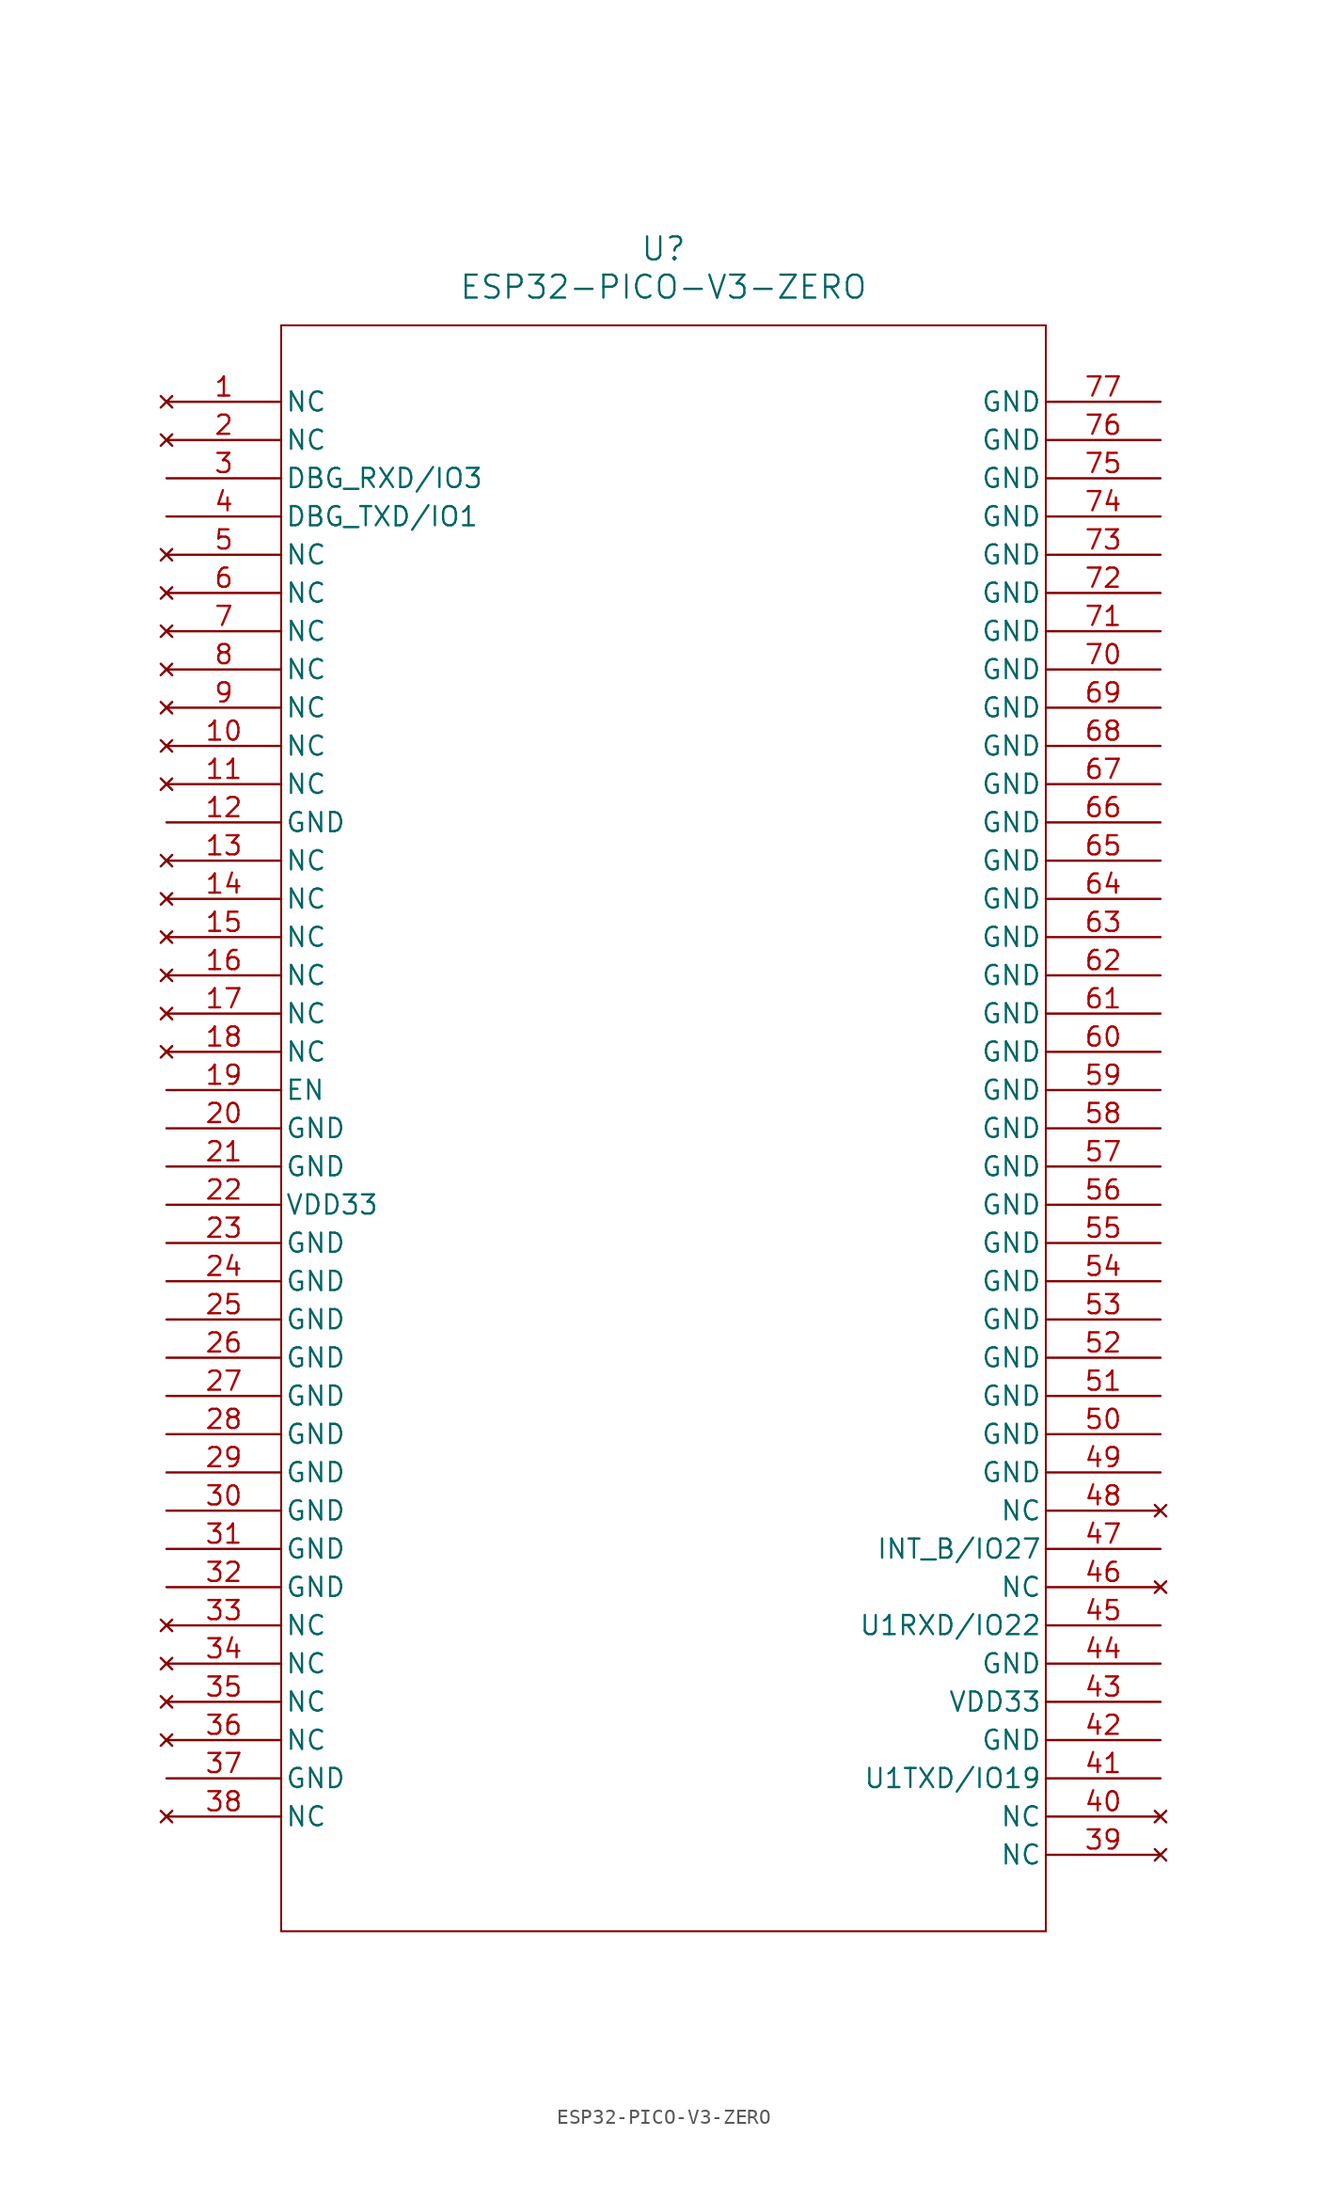
<source format=kicad_sym>
(kicad_symbol_lib
  (version 20211014)
  (generator kicad_symbol_editor)
  (symbol "ESP32-PICO-V3-ZERO"
    (pin_names
      (offset 0.254))
    (property "Reference" "U"
      (at 33.02 10.16 0)
      (effects (font (size 1.524 1.524))))
    (property "Value" "ESP32-PICO-V3-ZERO"
      (at 33.02 7.62 0)
      (effects (font (size 1.524 1.524))))
    (symbol "ESP32-PICO-V3-ZERO_0_1"
      (polyline (pts (xy 7.62 5.08) (xy 7.62 -101.6)) (stroke (width 0.127) (type default) (color 0 0 0 0)) (fill (type none)))
      (polyline (pts (xy 7.62 -101.6) (xy 58.42 -101.6)) (stroke (width 0.127) (type default) (color 0 0 0 0)) (fill (type none)))
      (polyline (pts (xy 58.42 -101.6) (xy 58.42 5.08)) (stroke (width 0.127) (type default) (color 0 0 0 0)) (fill (type none)))
      (polyline (pts (xy 58.42 5.08) (xy 7.62 5.08)) (stroke (width 0.127) (type default) (color 0 0 0 0)) (fill (type none)))
      (pin no_connect line (at 0 0 0) (length 7.62) (name "NC" (effects (font (size 1.27 1.27)))) (number "1" (effects (font (size 1.27 1.27)))))
      (pin no_connect line (at 0 -2.54 0) (length 7.62) (name "NC" (effects (font (size 1.27 1.27)))) (number "2" (effects (font (size 1.27 1.27)))))
      (pin input line (at 0 -5.08 0) (length 7.62) (name "DBG_RXD/IO3" (effects (font (size 1.27 1.27)))) (number "3" (effects (font (size 1.27 1.27)))))
      (pin output line (at 0 -7.62 0) (length 7.62) (name "DBG_TXD/IO1" (effects (font (size 1.27 1.27)))) (number "4" (effects (font (size 1.27 1.27)))))
      (pin no_connect line (at 0 -10.16 0) (length 7.62) (name "NC" (effects (font (size 1.27 1.27)))) (number "5" (effects (font (size 1.27 1.27)))))
      (pin no_connect line (at 0 -12.7 0) (length 7.62) (name "NC" (effects (font (size 1.27 1.27)))) (number "6" (effects (font (size 1.27 1.27)))))
      (pin no_connect line (at 0 -15.24 0) (length 7.62) (name "NC" (effects (font (size 1.27 1.27)))) (number "7" (effects (font (size 1.27 1.27)))))
      (pin no_connect line (at 0 -17.78 0) (length 7.62) (name "NC" (effects (font (size 1.27 1.27)))) (number "8" (effects (font (size 1.27 1.27)))))
      (pin no_connect line (at 0 -20.32 0) (length 7.62) (name "NC" (effects (font (size 1.27 1.27)))) (number "9" (effects (font (size 1.27 1.27)))))
      (pin no_connect line (at 0 -22.86 0) (length 7.62) (name "NC" (effects (font (size 1.27 1.27)))) (number "10" (effects (font (size 1.27 1.27)))))
      (pin no_connect line (at 0 -25.4 0) (length 7.62) (name "NC" (effects (font (size 1.27 1.27)))) (number "11" (effects (font (size 1.27 1.27)))))
      (pin power_out line (at 0 -27.94 0) (length 7.62) (name "GND" (effects (font (size 1.27 1.27)))) (number "12" (effects (font (size 1.27 1.27)))))
      (pin no_connect line (at 0 -30.48 0) (length 7.62) (name "NC" (effects (font (size 1.27 1.27)))) (number "13" (effects (font (size 1.27 1.27)))))
      (pin no_connect line (at 0 -33.02 0) (length 7.62) (name "NC" (effects (font (size 1.27 1.27)))) (number "14" (effects (font (size 1.27 1.27)))))
      (pin no_connect line (at 0 -35.56 0) (length 7.62) (name "NC" (effects (font (size 1.27 1.27)))) (number "15" (effects (font (size 1.27 1.27)))))
      (pin no_connect line (at 0 -38.1 0) (length 7.62) (name "NC" (effects (font (size 1.27 1.27)))) (number "16" (effects (font (size 1.27 1.27)))))
      (pin no_connect line (at 0 -40.64 0) (length 7.62) (name "NC" (effects (font (size 1.27 1.27)))) (number "17" (effects (font (size 1.27 1.27)))))
      (pin no_connect line (at 0 -43.18 0) (length 7.62) (name "NC" (effects (font (size 1.27 1.27)))) (number "18" (effects (font (size 1.27 1.27)))))
      (pin input line (at 0 -45.72 0) (length 7.62) (name "EN" (effects (font (size 1.27 1.27)))) (number "19" (effects (font (size 1.27 1.27)))))
      (pin power_out line (at 0 -48.26 0) (length 7.62) (name "GND" (effects (font (size 1.27 1.27)))) (number "20" (effects (font (size 1.27 1.27)))))
      (pin power_out line (at 0 -50.8 0) (length 7.62) (name "GND" (effects (font (size 1.27 1.27)))) (number "21" (effects (font (size 1.27 1.27)))))
      (pin power_in line (at 0 -53.34 0) (length 7.62) (name "VDD33" (effects (font (size 1.27 1.27)))) (number "22" (effects (font (size 1.27 1.27)))))
      (pin power_out line (at 0 -55.88 0) (length 7.62) (name "GND" (effects (font (size 1.27 1.27)))) (number "23" (effects (font (size 1.27 1.27)))))
      (pin power_out line (at 0 -58.42 0) (length 7.62) (name "GND" (effects (font (size 1.27 1.27)))) (number "24" (effects (font (size 1.27 1.27)))))
      (pin power_out line (at 0 -60.96 0) (length 7.62) (name "GND" (effects (font (size 1.27 1.27)))) (number "25" (effects (font (size 1.27 1.27)))))
      (pin power_out line (at 0 -63.5 0) (length 7.62) (name "GND" (effects (font (size 1.27 1.27)))) (number "26" (effects (font (size 1.27 1.27)))))
      (pin power_out line (at 0 -66.04 0) (length 7.62) (name "GND" (effects (font (size 1.27 1.27)))) (number "27" (effects (font (size 1.27 1.27)))))
      (pin power_out line (at 0 -68.58 0) (length 7.62) (name "GND" (effects (font (size 1.27 1.27)))) (number "28" (effects (font (size 1.27 1.27)))))
      (pin power_out line (at 0 -71.12 0) (length 7.62) (name "GND" (effects (font (size 1.27 1.27)))) (number "29" (effects (font (size 1.27 1.27)))))
      (pin power_out line (at 0 -73.66 0) (length 7.62) (name "GND" (effects (font (size 1.27 1.27)))) (number "30" (effects (font (size 1.27 1.27)))))
      (pin power_out line (at 0 -76.2 0) (length 7.62) (name "GND" (effects (font (size 1.27 1.27)))) (number "31" (effects (font (size 1.27 1.27)))))
      (pin power_out line (at 0 -78.74 0) (length 7.62) (name "GND" (effects (font (size 1.27 1.27)))) (number "32" (effects (font (size 1.27 1.27)))))
      (pin no_connect line (at 0 -81.28 0) (length 7.62) (name "NC" (effects (font (size 1.27 1.27)))) (number "33" (effects (font (size 1.27 1.27)))))
      (pin no_connect line (at 0 -83.82 0) (length 7.62) (name "NC" (effects (font (size 1.27 1.27)))) (number "34" (effects (font (size 1.27 1.27)))))
      (pin no_connect line (at 0 -86.36 0) (length 7.62) (name "NC" (effects (font (size 1.27 1.27)))) (number "35" (effects (font (size 1.27 1.27)))))
      (pin no_connect line (at 0 -88.9 0) (length 7.62) (name "NC" (effects (font (size 1.27 1.27)))) (number "36" (effects (font (size 1.27 1.27)))))
      (pin power_out line (at 0 -91.44 0) (length 7.62) (name "GND" (effects (font (size 1.27 1.27)))) (number "37" (effects (font (size 1.27 1.27)))))
      (pin no_connect line (at 0 -93.98 0) (length 7.62) (name "NC" (effects (font (size 1.27 1.27)))) (number "38" (effects (font (size 1.27 1.27)))))
      (pin no_connect line (at 66.04 -96.52 180) (length 7.62) (name "NC" (effects (font (size 1.27 1.27)))) (number "39" (effects (font (size 1.27 1.27)))))
      (pin no_connect line (at 66.04 -93.98 180) (length 7.62) (name "NC" (effects (font (size 1.27 1.27)))) (number "40" (effects (font (size 1.27 1.27)))))
      (pin output line (at 66.04 -91.44 180) (length 7.62) (name "U1TXD/IO19" (effects (font (size 1.27 1.27)))) (number "41" (effects (font (size 1.27 1.27)))))
      (pin power_out line (at 66.04 -88.9 180) (length 7.62) (name "GND" (effects (font (size 1.27 1.27)))) (number "42" (effects (font (size 1.27 1.27)))))
      (pin power_in line (at 66.04 -86.36 180) (length 7.62) (name "VDD33" (effects (font (size 1.27 1.27)))) (number "43" (effects (font (size 1.27 1.27)))))
      (pin power_out line (at 66.04 -83.82 180) (length 7.62) (name "GND" (effects (font (size 1.27 1.27)))) (number "44" (effects (font (size 1.27 1.27)))))
      (pin input line (at 66.04 -81.28 180) (length 7.62) (name "U1RXD/IO22" (effects (font (size 1.27 1.27)))) (number "45" (effects (font (size 1.27 1.27)))))
      (pin no_connect line (at 66.04 -78.74 180) (length 7.62) (name "NC" (effects (font (size 1.27 1.27)))) (number "46" (effects (font (size 1.27 1.27)))))
      (pin output line (at 66.04 -76.2 180) (length 7.62) (name "INT_B/IO27" (effects (font (size 1.27 1.27)))) (number "47" (effects (font (size 1.27 1.27)))))
      (pin no_connect line (at 66.04 -73.66 180) (length 7.62) (name "NC" (effects (font (size 1.27 1.27)))) (number "48" (effects (font (size 1.27 1.27)))))
      (pin power_out line (at 66.04 -71.12 180) (length 7.62) (name "GND" (effects (font (size 1.27 1.27)))) (number "49" (effects (font (size 1.27 1.27)))))
      (pin power_out line (at 66.04 -68.58 180) (length 7.62) (name "GND" (effects (font (size 1.27 1.27)))) (number "50" (effects (font (size 1.27 1.27)))))
      (pin power_out line (at 66.04 -66.04 180) (length 7.62) (name "GND" (effects (font (size 1.27 1.27)))) (number "51" (effects (font (size 1.27 1.27)))))
      (pin power_out line (at 66.04 -63.5 180) (length 7.62) (name "GND" (effects (font (size 1.27 1.27)))) (number "52" (effects (font (size 1.27 1.27)))))
      (pin power_out line (at 66.04 -60.96 180) (length 7.62) (name "GND" (effects (font (size 1.27 1.27)))) (number "53" (effects (font (size 1.27 1.27)))))
      (pin power_out line (at 66.04 -58.42 180) (length 7.62) (name "GND" (effects (font (size 1.27 1.27)))) (number "54" (effects (font (size 1.27 1.27)))))
      (pin power_out line (at 66.04 -55.88 180) (length 7.62) (name "GND" (effects (font (size 1.27 1.27)))) (number "55" (effects (font (size 1.27 1.27)))))
      (pin power_out line (at 66.04 -53.34 180) (length 7.62) (name "GND" (effects (font (size 1.27 1.27)))) (number "56" (effects (font (size 1.27 1.27)))))
      (pin power_out line (at 66.04 -50.8 180) (length 7.62) (name "GND" (effects (font (size 1.27 1.27)))) (number "57" (effects (font (size 1.27 1.27)))))
      (pin power_out line (at 66.04 -48.26 180) (length 7.62) (name "GND" (effects (font (size 1.27 1.27)))) (number "58" (effects (font (size 1.27 1.27)))))
      (pin power_out line (at 66.04 -45.72 180) (length 7.62) (name "GND" (effects (font (size 1.27 1.27)))) (number "59" (effects (font (size 1.27 1.27)))))
      (pin power_out line (at 66.04 -43.18 180) (length 7.62) (name "GND" (effects (font (size 1.27 1.27)))) (number "60" (effects (font (size 1.27 1.27)))))
      (pin power_out line (at 66.04 -40.64 180) (length 7.62) (name "GND" (effects (font (size 1.27 1.27)))) (number "61" (effects (font (size 1.27 1.27)))))
      (pin power_out line (at 66.04 -38.1 180) (length 7.62) (name "GND" (effects (font (size 1.27 1.27)))) (number "62" (effects (font (size 1.27 1.27)))))
      (pin power_out line (at 66.04 -35.56 180) (length 7.62) (name "GND" (effects (font (size 1.27 1.27)))) (number "63" (effects (font (size 1.27 1.27)))))
      (pin power_out line (at 66.04 -33.02 180) (length 7.62) (name "GND" (effects (font (size 1.27 1.27)))) (number "64" (effects (font (size 1.27 1.27)))))
      (pin power_out line (at 66.04 -30.48 180) (length 7.62) (name "GND" (effects (font (size 1.27 1.27)))) (number "65" (effects (font (size 1.27 1.27)))))
      (pin power_out line (at 66.04 -27.94 180) (length 7.62) (name "GND" (effects (font (size 1.27 1.27)))) (number "66" (effects (font (size 1.27 1.27)))))
      (pin power_out line (at 66.04 -25.4 180) (length 7.62) (name "GND" (effects (font (size 1.27 1.27)))) (number "67" (effects (font (size 1.27 1.27)))))
      (pin power_out line (at 66.04 -22.86 180) (length 7.62) (name "GND" (effects (font (size 1.27 1.27)))) (number "68" (effects (font (size 1.27 1.27)))))
      (pin power_out line (at 66.04 -20.32 180) (length 7.62) (name "GND" (effects (font (size 1.27 1.27)))) (number "69" (effects (font (size 1.27 1.27)))))
      (pin power_out line (at 66.04 -17.78 180) (length 7.62) (name "GND" (effects (font (size 1.27 1.27)))) (number "70" (effects (font (size 1.27 1.27)))))
      (pin power_out line (at 66.04 -15.24 180) (length 7.62) (name "GND" (effects (font (size 1.27 1.27)))) (number "71" (effects (font (size 1.27 1.27)))))
      (pin power_out line (at 66.04 -12.7 180) (length 7.62) (name "GND" (effects (font (size 1.27 1.27)))) (number "72" (effects (font (size 1.27 1.27)))))
      (pin power_out line (at 66.04 -10.16 180) (length 7.62) (name "GND" (effects (font (size 1.27 1.27)))) (number "73" (effects (font (size 1.27 1.27)))))
      (pin power_out line (at 66.04 -7.62 180) (length 7.62) (name "GND" (effects (font (size 1.27 1.27)))) (number "74" (effects (font (size 1.27 1.27)))))
      (pin power_out line (at 66.04 -5.08 180) (length 7.62) (name "GND" (effects (font (size 1.27 1.27)))) (number "75" (effects (font (size 1.27 1.27)))))
      (pin power_out line (at 66.04 -2.54 180) (length 7.62) (name "GND" (effects (font (size 1.27 1.27)))) (number "76" (effects (font (size 1.27 1.27)))))
      (pin power_out line (at 66.04 0 180) (length 7.62) (name "GND" (effects (font (size 1.27 1.27)))) (number "77" (effects (font (size 1.27 1.27))))))))
</source>
